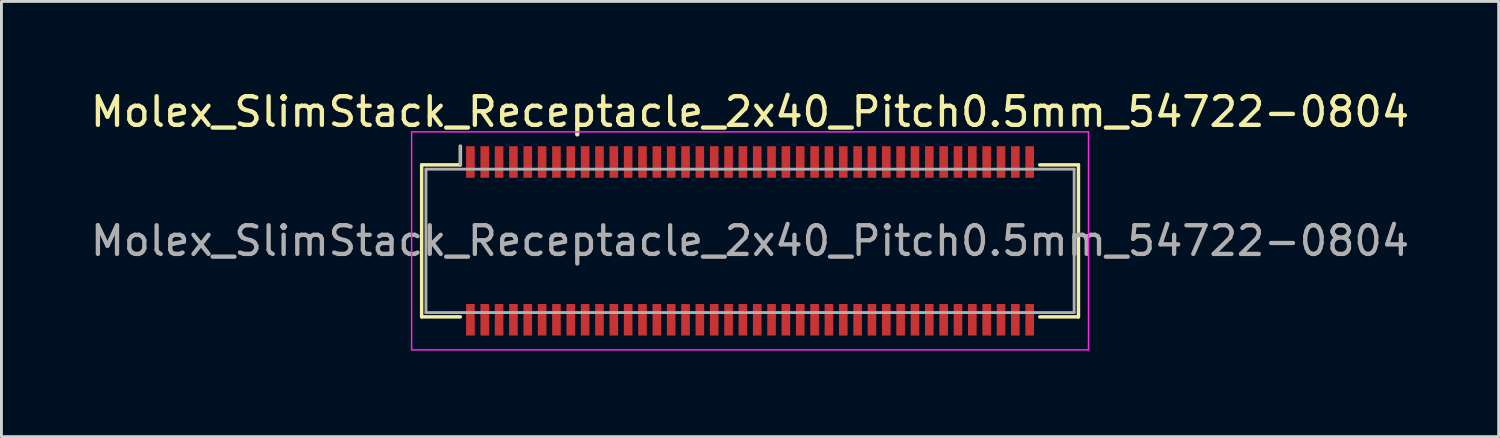
<source format=kicad_pcb>
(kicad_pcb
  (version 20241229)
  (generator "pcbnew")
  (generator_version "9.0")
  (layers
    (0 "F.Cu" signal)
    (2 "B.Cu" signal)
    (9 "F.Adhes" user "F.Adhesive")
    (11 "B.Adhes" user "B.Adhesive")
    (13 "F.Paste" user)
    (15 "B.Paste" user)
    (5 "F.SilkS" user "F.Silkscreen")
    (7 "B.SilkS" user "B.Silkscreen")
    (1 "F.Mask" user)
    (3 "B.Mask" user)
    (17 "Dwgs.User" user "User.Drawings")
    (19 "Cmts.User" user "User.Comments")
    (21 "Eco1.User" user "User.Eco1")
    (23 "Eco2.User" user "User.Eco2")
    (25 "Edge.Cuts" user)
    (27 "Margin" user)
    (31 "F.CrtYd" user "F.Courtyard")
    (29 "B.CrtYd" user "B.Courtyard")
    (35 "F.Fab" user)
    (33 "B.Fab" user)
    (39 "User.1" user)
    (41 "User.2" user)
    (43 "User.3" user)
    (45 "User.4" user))
  (footprint "Molex_SlimStack_Receptacle_2x40_Pitch0.5mm_54722-0804"
    (layer "F.Cu")
    (at 23.101 5.348)
    (property "Reference" "Molex_SlimStack_Receptacle_2x40_Pitch0.5mm_54722-0804" (at 0 -4.5 0) (layer "F.SilkS") (effects (font (size 1 1) (thickness 0.15))))
    (attr smd)
    (fp_line (start -11.45 -2.65) (end -10.1 -2.65) (stroke (width 0.12) (type solid)) (layer "F.SilkS"))
    (fp_line (start -11.45 2.65) (end -11.45 -2.65) (stroke (width 0.12) (type solid)) (layer "F.SilkS"))
    (fp_line (start -10.1 -2.65) (end -10.1 -3.3) (stroke (width 0.12) (type solid)) (layer "F.SilkS"))
    (fp_line (start -10.1 2.65) (end -11.45 2.65) (stroke (width 0.12) (type solid)) (layer "F.SilkS"))
    (fp_line (start 10.1 2.65) (end 11.45 2.65) (stroke (width 0.12) (type solid)) (layer "F.SilkS"))
    (fp_line (start 11.45 -2.65) (end 10.1 -2.65) (stroke (width 0.12) (type solid)) (layer "F.SilkS"))
    (fp_line (start 11.45 2.65) (end 11.45 -2.65) (stroke (width 0.12) (type solid)) (layer "F.SilkS"))
    (fp_line (start -11.8 -3.8) (end -11.8 3.8) (stroke (width 0.05) (type solid)) (layer "F.CrtYd"))
    (fp_line (start -11.8 3.8) (end 11.8 3.8) (stroke (width 0.05) (type solid)) (layer "F.CrtYd"))
    (fp_line (start 11.8 -3.8) (end -11.8 -3.8) (stroke (width 0.05) (type solid)) (layer "F.CrtYd"))
    (fp_line (start 11.8 3.8) (end 11.8 -3.8) (stroke (width 0.05) (type solid)) (layer "F.CrtYd"))
    (fp_line (start -11.3 -2.5) (end -11.3 2.5) (stroke (width 0.1) (type solid)) (layer "F.Fab"))
    (fp_line (start -11.3 2.5) (end 11.3 2.5) (stroke (width 0.1) (type solid)) (layer "F.Fab"))
    (fp_line (start -10.1 -2.65) (end -10.1 -3.3) (stroke (width 0.1) (type solid)) (layer "F.Fab"))
    (fp_line (start 11.3 -2.5) (end -11.3 -2.5) (stroke (width 0.1) (type solid)) (layer "F.Fab"))
    (fp_line (start 11.3 2.5) (end 11.3 -2.5) (stroke (width 0.1) (type solid)) (layer "F.Fab"))
    (fp_text user "${REFERENCE}" (at 0 0 0) (layer "F.Fab") (effects (font (size 1 1) (thickness 0.15))))
    (pad "1" smd rect (at -9.75 -2.75) (size 0.3 1.1) (layers "F.Cu" "F.Mask" "F.Paste"))
    (pad "2" smd rect (at -9.75 2.75) (size 0.3 1.1) (layers "F.Cu" "F.Mask" "F.Paste"))
    (pad "3" smd rect (at -9.25 -2.75) (size 0.3 1.1) (layers "F.Cu" "F.Mask" "F.Paste"))
    (pad "4" smd rect (at -9.25 2.75) (size 0.3 1.1) (layers "F.Cu" "F.Mask" "F.Paste"))
    (pad "5" smd rect (at -8.75 -2.75) (size 0.3 1.1) (layers "F.Cu" "F.Mask" "F.Paste"))
    (pad "6" smd rect (at -8.75 2.75) (size 0.3 1.1) (layers "F.Cu" "F.Mask" "F.Paste"))
    (pad "7" smd rect (at -8.25 -2.75) (size 0.3 1.1) (layers "F.Cu" "F.Mask" "F.Paste"))
    (pad "8" smd rect (at -8.25 2.75) (size 0.3 1.1) (layers "F.Cu" "F.Mask" "F.Paste"))
    (pad "9" smd rect (at -7.75 -2.75) (size 0.3 1.1) (layers "F.Cu" "F.Mask" "F.Paste"))
    (pad "10" smd rect (at -7.75 2.75) (size 0.3 1.1) (layers "F.Cu" "F.Mask" "F.Paste"))
    (pad "11" smd rect (at -7.25 -2.75) (size 0.3 1.1) (layers "F.Cu" "F.Mask" "F.Paste"))
    (pad "12" smd rect (at -7.25 2.75) (size 0.3 1.1) (layers "F.Cu" "F.Mask" "F.Paste"))
    (pad "13" smd rect (at -6.75 -2.75) (size 0.3 1.1) (layers "F.Cu" "F.Mask" "F.Paste"))
    (pad "14" smd rect (at -6.75 2.75) (size 0.3 1.1) (layers "F.Cu" "F.Mask" "F.Paste"))
    (pad "15" smd rect (at -6.25 -2.75) (size 0.3 1.1) (layers "F.Cu" "F.Mask" "F.Paste"))
    (pad "16" smd rect (at -6.25 2.75) (size 0.3 1.1) (layers "F.Cu" "F.Mask" "F.Paste"))
    (pad "17" smd rect (at -5.75 -2.75) (size 0.3 1.1) (layers "F.Cu" "F.Mask" "F.Paste"))
    (pad "18" smd rect (at -5.75 2.75) (size 0.3 1.1) (layers "F.Cu" "F.Mask" "F.Paste"))
    (pad "19" smd rect (at -5.25 -2.75) (size 0.3 1.1) (layers "F.Cu" "F.Mask" "F.Paste"))
    (pad "20" smd rect (at -5.25 2.75) (size 0.3 1.1) (layers "F.Cu" "F.Mask" "F.Paste"))
    (pad "21" smd rect (at -4.75 -2.75) (size 0.3 1.1) (layers "F.Cu" "F.Mask" "F.Paste"))
    (pad "22" smd rect (at -4.75 2.75) (size 0.3 1.1) (layers "F.Cu" "F.Mask" "F.Paste"))
    (pad "23" smd rect (at -4.25 -2.75) (size 0.3 1.1) (layers "F.Cu" "F.Mask" "F.Paste"))
    (pad "24" smd rect (at -4.25 2.75) (size 0.3 1.1) (layers "F.Cu" "F.Mask" "F.Paste"))
    (pad "25" smd rect (at -3.75 -2.75) (size 0.3 1.1) (layers "F.Cu" "F.Mask" "F.Paste"))
    (pad "26" smd rect (at -3.75 2.75) (size 0.3 1.1) (layers "F.Cu" "F.Mask" "F.Paste"))
    (pad "27" smd rect (at -3.25 -2.75) (size 0.3 1.1) (layers "F.Cu" "F.Mask" "F.Paste"))
    (pad "28" smd rect (at -3.25 2.75) (size 0.3 1.1) (layers "F.Cu" "F.Mask" "F.Paste"))
    (pad "29" smd rect (at -2.75 -2.75) (size 0.3 1.1) (layers "F.Cu" "F.Mask" "F.Paste"))
    (pad "30" smd rect (at -2.75 2.75) (size 0.3 1.1) (layers "F.Cu" "F.Mask" "F.Paste"))
    (pad "31" smd rect (at -2.25 -2.75) (size 0.3 1.1) (layers "F.Cu" "F.Mask" "F.Paste"))
    (pad "32" smd rect (at -2.25 2.75) (size 0.3 1.1) (layers "F.Cu" "F.Mask" "F.Paste"))
    (pad "33" smd rect (at -1.75 -2.75) (size 0.3 1.1) (layers "F.Cu" "F.Mask" "F.Paste"))
    (pad "34" smd rect (at -1.75 2.75) (size 0.3 1.1) (layers "F.Cu" "F.Mask" "F.Paste"))
    (pad "35" smd rect (at -1.25 -2.75) (size 0.3 1.1) (layers "F.Cu" "F.Mask" "F.Paste"))
    (pad "36" smd rect (at -1.25 2.75) (size 0.3 1.1) (layers "F.Cu" "F.Mask" "F.Paste"))
    (pad "37" smd rect (at -0.75 -2.75) (size 0.3 1.1) (layers "F.Cu" "F.Mask" "F.Paste"))
    (pad "38" smd rect (at -0.75 2.75) (size 0.3 1.1) (layers "F.Cu" "F.Mask" "F.Paste"))
    (pad "39" smd rect (at -0.25 -2.75) (size 0.3 1.1) (layers "F.Cu" "F.Mask" "F.Paste"))
    (pad "40" smd rect (at -0.25 2.75) (size 0.3 1.1) (layers "F.Cu" "F.Mask" "F.Paste"))
    (pad "41" smd rect (at 0.25 -2.75) (size 0.3 1.1) (layers "F.Cu" "F.Mask" "F.Paste"))
    (pad "42" smd rect (at 0.25 2.75) (size 0.3 1.1) (layers "F.Cu" "F.Mask" "F.Paste"))
    (pad "43" smd rect (at 0.75 -2.75) (size 0.3 1.1) (layers "F.Cu" "F.Mask" "F.Paste"))
    (pad "44" smd rect (at 0.75 2.75) (size 0.3 1.1) (layers "F.Cu" "F.Mask" "F.Paste"))
    (pad "45" smd rect (at 1.25 -2.75) (size 0.3 1.1) (layers "F.Cu" "F.Mask" "F.Paste"))
    (pad "46" smd rect (at 1.25 2.75) (size 0.3 1.1) (layers "F.Cu" "F.Mask" "F.Paste"))
    (pad "47" smd rect (at 1.75 -2.75) (size 0.3 1.1) (layers "F.Cu" "F.Mask" "F.Paste"))
    (pad "48" smd rect (at 1.75 2.75) (size 0.3 1.1) (layers "F.Cu" "F.Mask" "F.Paste"))
    (pad "49" smd rect (at 2.25 -2.75) (size 0.3 1.1) (layers "F.Cu" "F.Mask" "F.Paste"))
    (pad "50" smd rect (at 2.25 2.75) (size 0.3 1.1) (layers "F.Cu" "F.Mask" "F.Paste"))
    (pad "51" smd rect (at 2.75 -2.75) (size 0.3 1.1) (layers "F.Cu" "F.Mask" "F.Paste"))
    (pad "52" smd rect (at 2.75 2.75) (size 0.3 1.1) (layers "F.Cu" "F.Mask" "F.Paste"))
    (pad "53" smd rect (at 3.25 -2.75) (size 0.3 1.1) (layers "F.Cu" "F.Mask" "F.Paste"))
    (pad "54" smd rect (at 3.25 2.75) (size 0.3 1.1) (layers "F.Cu" "F.Mask" "F.Paste"))
    (pad "55" smd rect (at 3.75 -2.75) (size 0.3 1.1) (layers "F.Cu" "F.Mask" "F.Paste"))
    (pad "56" smd rect (at 3.75 2.75) (size 0.3 1.1) (layers "F.Cu" "F.Mask" "F.Paste"))
    (pad "57" smd rect (at 4.25 -2.75) (size 0.3 1.1) (layers "F.Cu" "F.Mask" "F.Paste"))
    (pad "58" smd rect (at 4.25 2.75) (size 0.3 1.1) (layers "F.Cu" "F.Mask" "F.Paste"))
    (pad "59" smd rect (at 4.75 -2.75) (size 0.3 1.1) (layers "F.Cu" "F.Mask" "F.Paste"))
    (pad "60" smd rect (at 4.75 2.75) (size 0.3 1.1) (layers "F.Cu" "F.Mask" "F.Paste"))
    (pad "61" smd rect (at 5.25 -2.75) (size 0.3 1.1) (layers "F.Cu" "F.Mask" "F.Paste"))
    (pad "62" smd rect (at 5.25 2.75) (size 0.3 1.1) (layers "F.Cu" "F.Mask" "F.Paste"))
    (pad "63" smd rect (at 5.75 -2.75) (size 0.3 1.1) (layers "F.Cu" "F.Mask" "F.Paste"))
    (pad "64" smd rect (at 5.75 2.75) (size 0.3 1.1) (layers "F.Cu" "F.Mask" "F.Paste"))
    (pad "65" smd rect (at 6.25 -2.75) (size 0.3 1.1) (layers "F.Cu" "F.Mask" "F.Paste"))
    (pad "66" smd rect (at 6.25 2.75) (size 0.3 1.1) (layers "F.Cu" "F.Mask" "F.Paste"))
    (pad "67" smd rect (at 6.75 -2.75) (size 0.3 1.1) (layers "F.Cu" "F.Mask" "F.Paste"))
    (pad "68" smd rect (at 6.75 2.75) (size 0.3 1.1) (layers "F.Cu" "F.Mask" "F.Paste"))
    (pad "69" smd rect (at 7.25 -2.75) (size 0.3 1.1) (layers "F.Cu" "F.Mask" "F.Paste"))
    (pad "70" smd rect (at 7.25 2.75) (size 0.3 1.1) (layers "F.Cu" "F.Mask" "F.Paste"))
    (pad "71" smd rect (at 7.75 -2.75) (size 0.3 1.1) (layers "F.Cu" "F.Mask" "F.Paste"))
    (pad "72" smd rect (at 7.75 2.75) (size 0.3 1.1) (layers "F.Cu" "F.Mask" "F.Paste"))
    (pad "73" smd rect (at 8.25 -2.75) (size 0.3 1.1) (layers "F.Cu" "F.Mask" "F.Paste"))
    (pad "74" smd rect (at 8.25 2.75) (size 0.3 1.1) (layers "F.Cu" "F.Mask" "F.Paste"))
    (pad "75" smd rect (at 8.75 -2.75) (size 0.3 1.1) (layers "F.Cu" "F.Mask" "F.Paste"))
    (pad "76" smd rect (at 8.75 2.75) (size 0.3 1.1) (layers "F.Cu" "F.Mask" "F.Paste"))
    (pad "77" smd rect (at 9.25 -2.75) (size 0.3 1.1) (layers "F.Cu" "F.Mask" "F.Paste"))
    (pad "78" smd rect (at 9.25 2.75) (size 0.3 1.1) (layers "F.Cu" "F.Mask" "F.Paste"))
    (pad "79" smd rect (at 9.75 -2.75) (size 0.3 1.1) (layers "F.Cu" "F.Mask" "F.Paste"))
    (pad "80" smd rect (at 9.75 2.75) (size 0.3 1.1) (layers "F.Cu" "F.Mask" "F.Paste")))
  (gr_rect
    (start -3 -3)
    (end 49.202 12.173)
    (stroke (width 0.1) (type default))
    (fill no)
    (layer "Edge.Cuts")))
</source>
